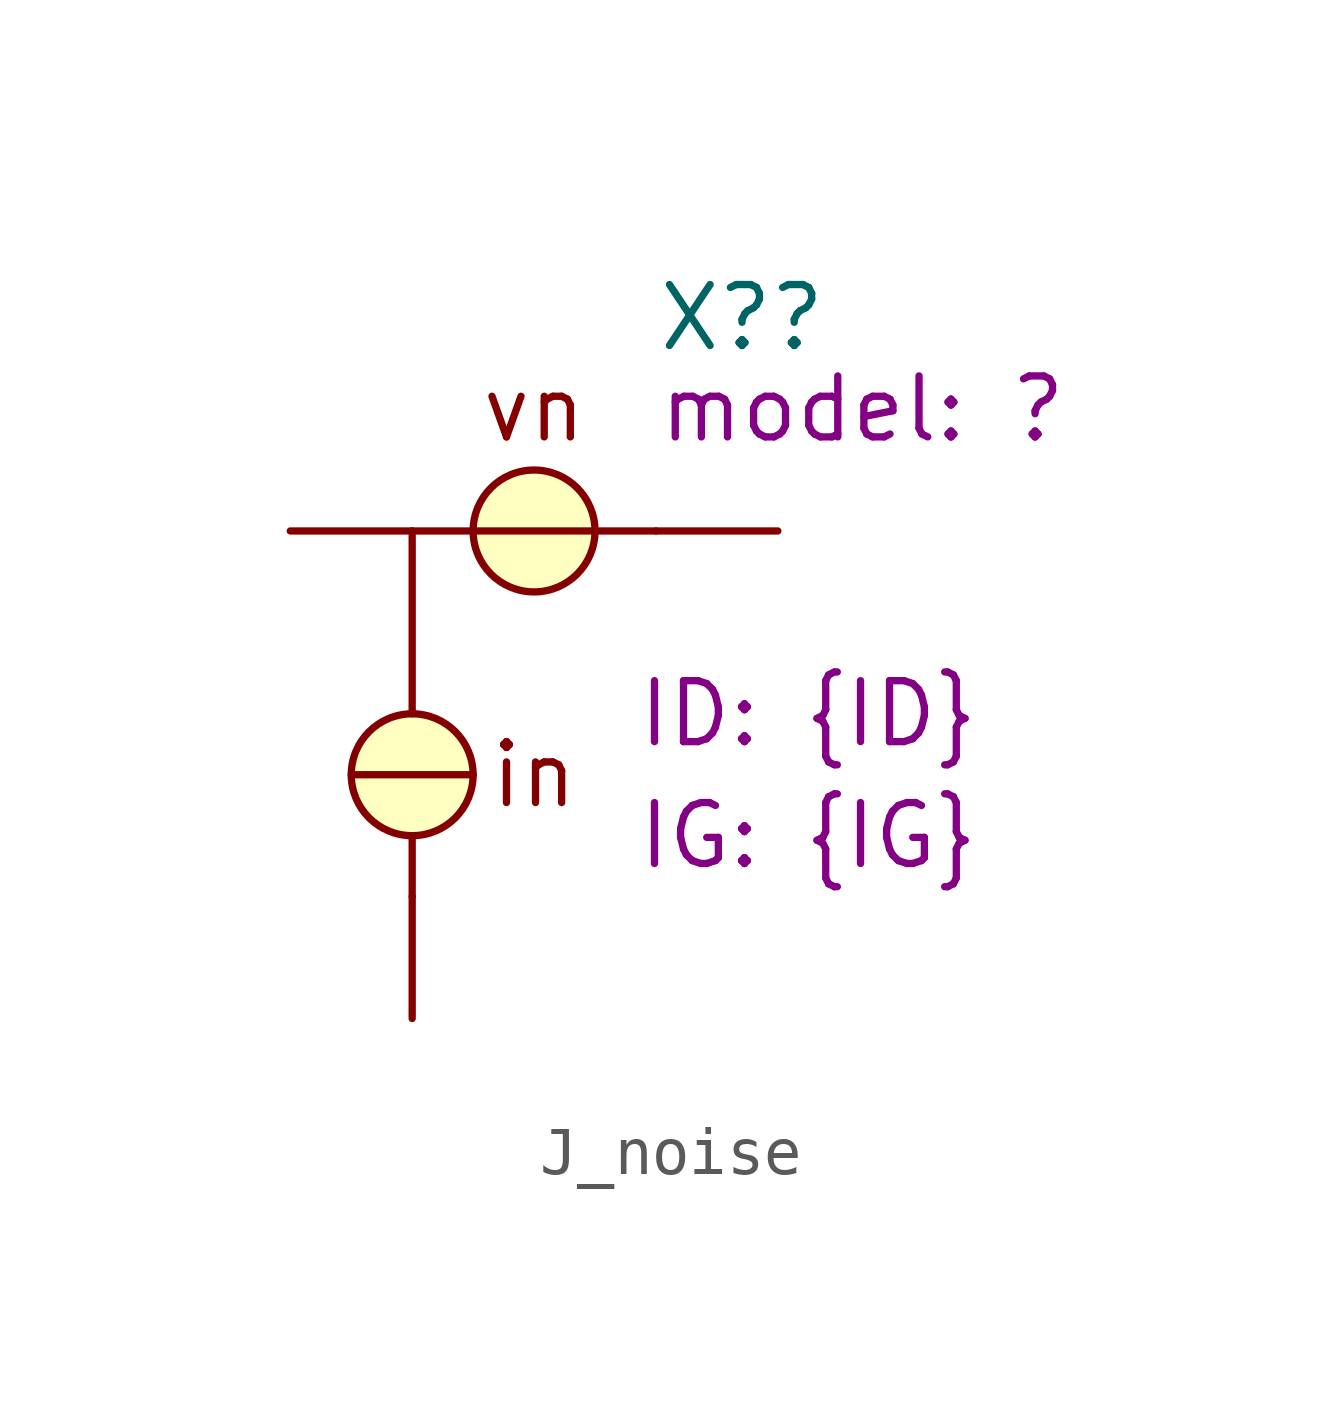
<source format=kicad_sym>
(kicad_symbol_lib
  (version 20231120)
  (generator "kicad_symbol_editor")
  (generator_version "8.0")
  (symbol "J_noise"
    (pin_numbers hide)
    (pin_names
      (offset 0) hide)
    (property "Reference" "X?"
      (at 5.08 9.525 0)
      (effects (font (size 1.27 1.27)) (justify left)))
    (property "Value" ""
      (at 5.08 7.62 0)
      (effects (font (size 1.27 1.27)) (justify left)))
    (property "ID" "{ID}"
      (at 8.255 1.27 0)
      (show_name)
      (effects (font (size 1.27 1.27))))
    (property "IG" "{IG}"
      (at 8.255 -1.27 0)
      (show_name)
      (effects (font (size 1.27 1.27))))
    (property "model" "?"
      (at 5.08 7.62 0)
      (show_name)
      (effects (font (size 1.27 1.27)) (justify left)))
    (symbol "J_noise_0_0"
      (polyline (pts (xy 0 -1.27) (xy 0 -2.54)) (stroke (width 0) (type default)) (fill (type none)))
      (polyline (pts (xy 0 5.08) (xy 0 1.27)) (stroke (width 0) (type default)) (fill (type none)))
      (polyline (pts (xy 0 5.08) (xy 5.08 5.08)) (stroke (width 0) (type default)) (fill (type none))))
    (symbol "J_noise_0_1"
      (polyline (pts (xy -1.27 0) (xy 1.27 0)) (stroke (width 0) (type default)) (fill (type none))))
    (symbol "J_noise_1_0"
      (pin bidirectional line (at 7.62 5.08 180) (length 2.54) (name "int" (effects (font (size 1.27 1.27)))) (number "3" (effects (font (size 1.27 1.27))))))
    (symbol "J_noise_1_1"
      (circle (center 0 0) (radius 1.27) (stroke (width 0) (type default)) (fill (type background)))
      (circle (center 2.54 5.08) (radius 1.27) (stroke (width 0) (type default)) (fill (type background)))
      (text "in" (at 2.54 0 0) (effects (font (size 1.27 1.27))))
      (text "vn" (at 2.54 7.62 0) (effects (font (size 1.27 1.27))))
      (pin bidirectional line (at -2.54 5.08 0) (length 2.54) (name "ext" (effects (font (size 1.27 1.27)))) (number "1" (effects (font (size 1.27 1.27)))))
      (pin bidirectional line (at 0 -5.08 90) (length 2.54) (name "comm" (effects (font (size 1.27 1.27)))) (number "2" (effects (font (size 1.27 1.27))))))))
</source>
